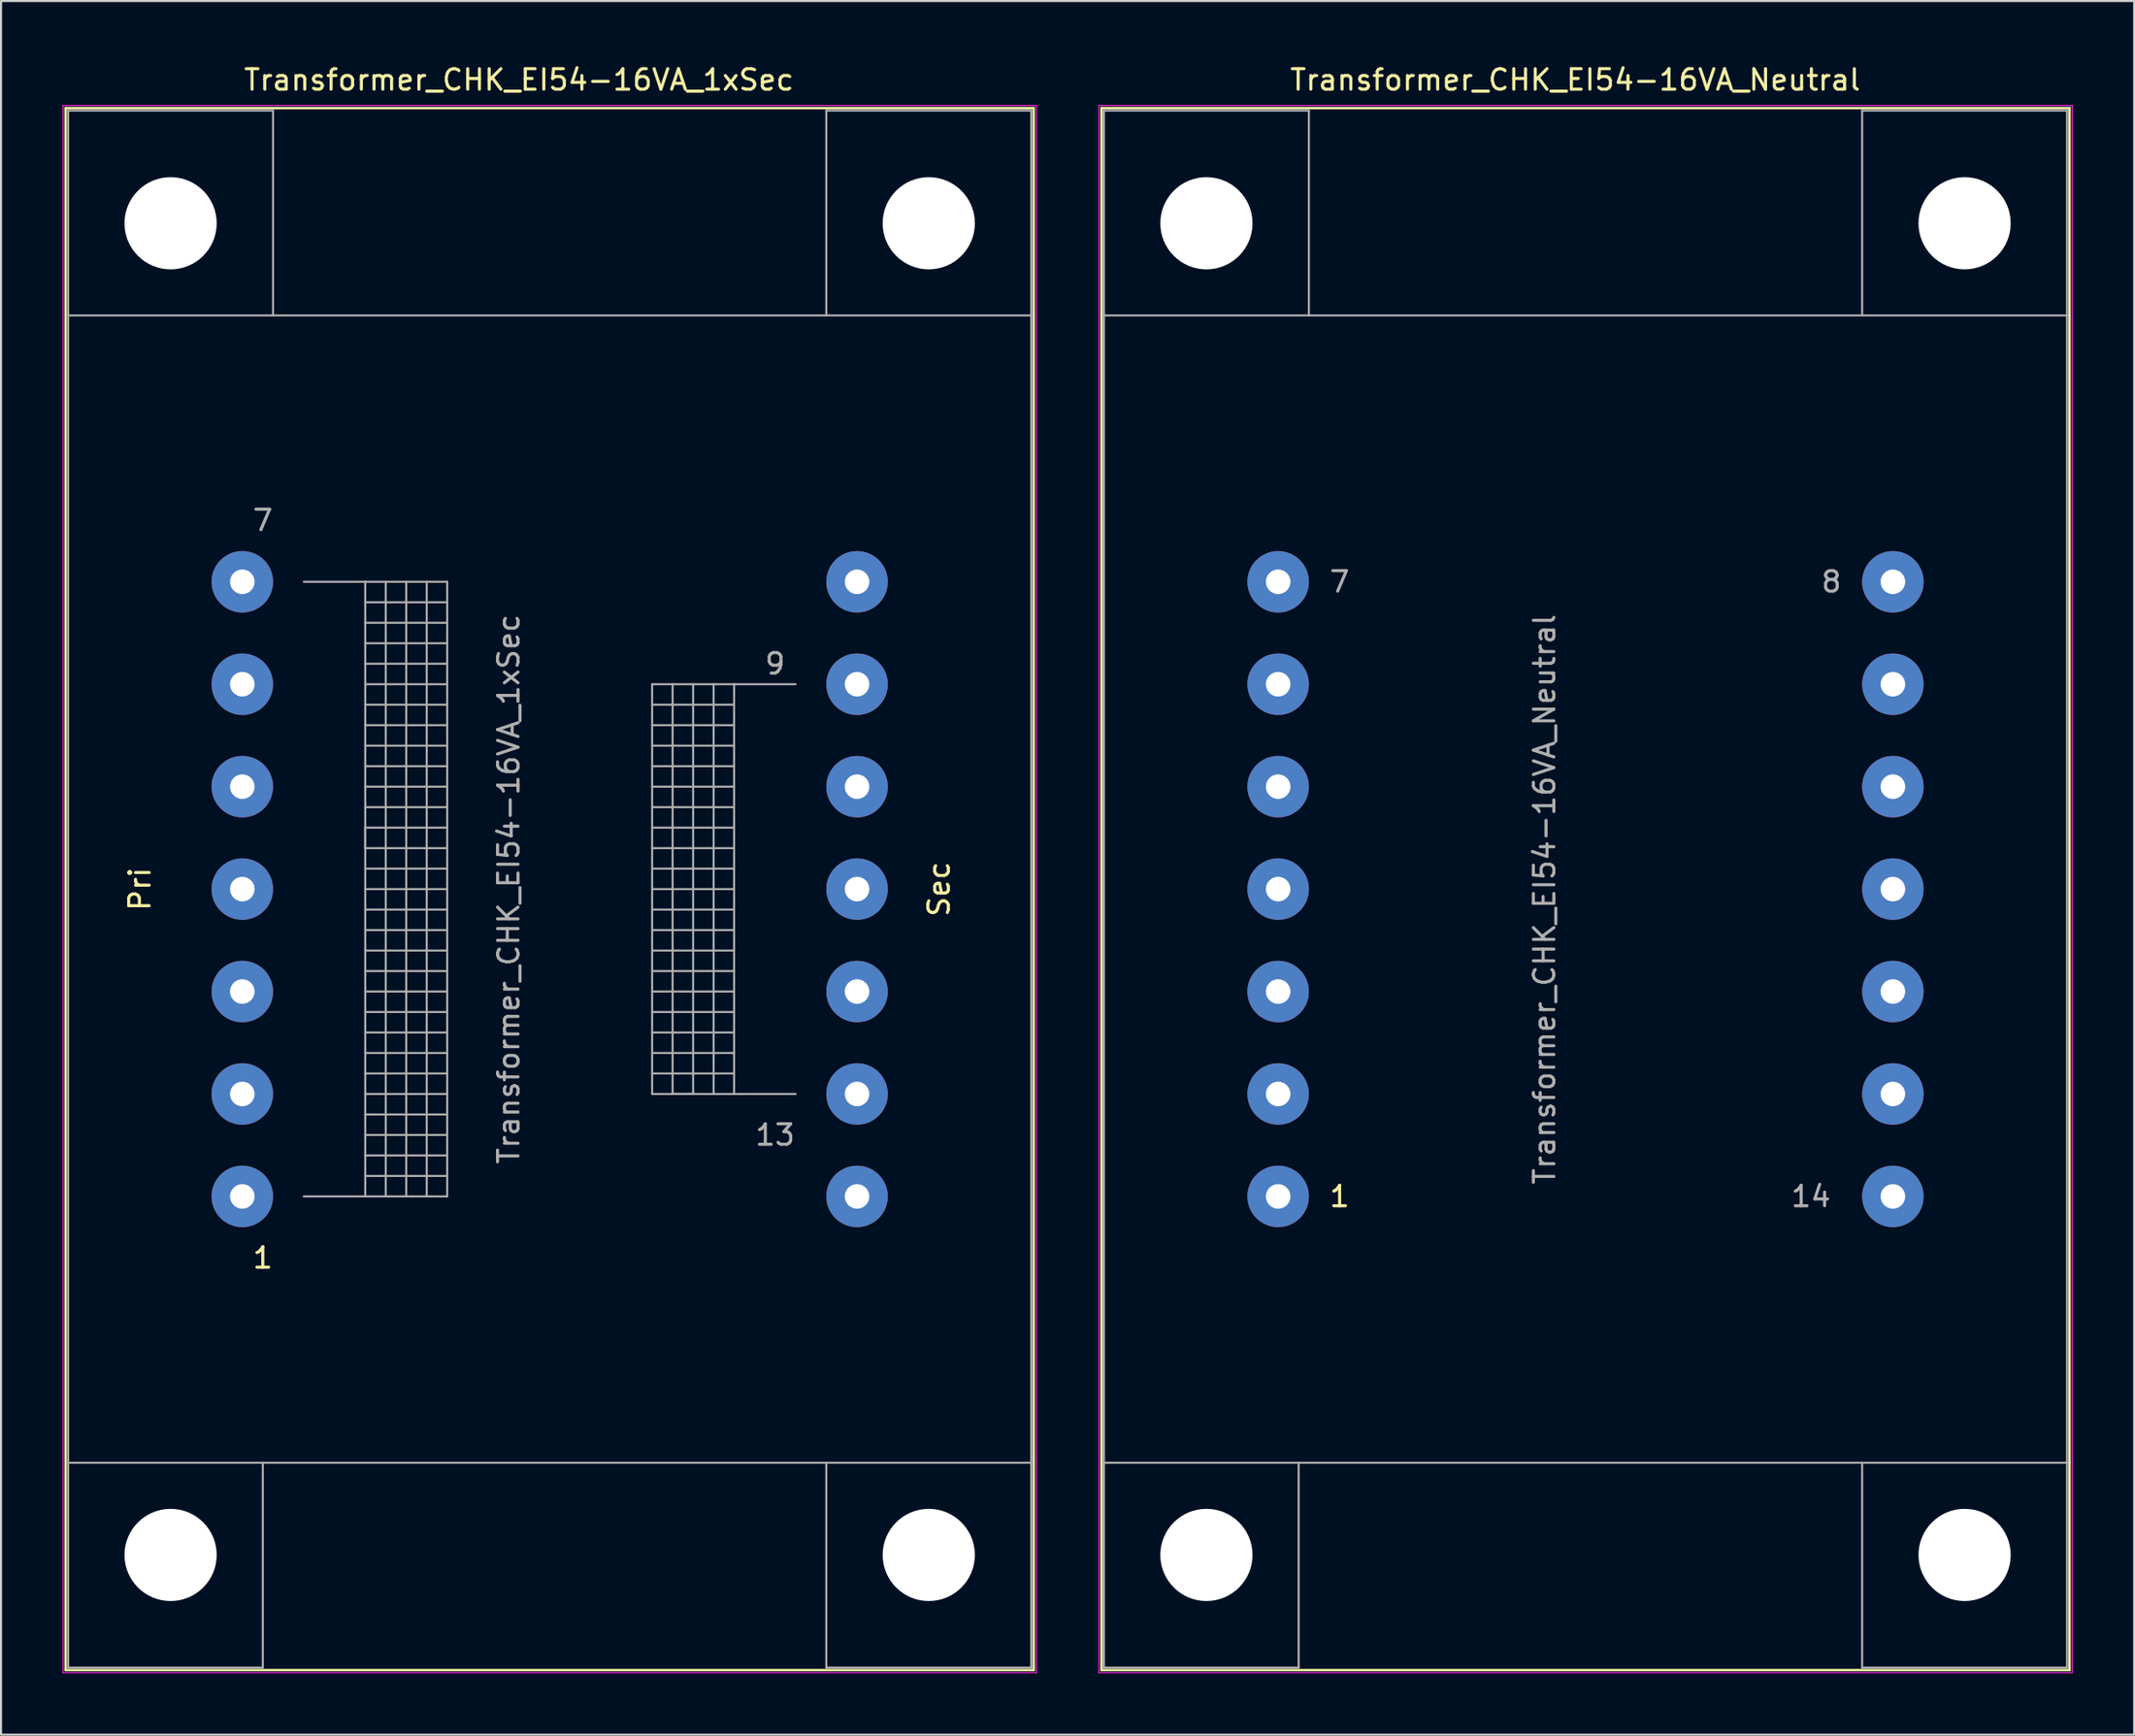
<source format=kicad_pcb>
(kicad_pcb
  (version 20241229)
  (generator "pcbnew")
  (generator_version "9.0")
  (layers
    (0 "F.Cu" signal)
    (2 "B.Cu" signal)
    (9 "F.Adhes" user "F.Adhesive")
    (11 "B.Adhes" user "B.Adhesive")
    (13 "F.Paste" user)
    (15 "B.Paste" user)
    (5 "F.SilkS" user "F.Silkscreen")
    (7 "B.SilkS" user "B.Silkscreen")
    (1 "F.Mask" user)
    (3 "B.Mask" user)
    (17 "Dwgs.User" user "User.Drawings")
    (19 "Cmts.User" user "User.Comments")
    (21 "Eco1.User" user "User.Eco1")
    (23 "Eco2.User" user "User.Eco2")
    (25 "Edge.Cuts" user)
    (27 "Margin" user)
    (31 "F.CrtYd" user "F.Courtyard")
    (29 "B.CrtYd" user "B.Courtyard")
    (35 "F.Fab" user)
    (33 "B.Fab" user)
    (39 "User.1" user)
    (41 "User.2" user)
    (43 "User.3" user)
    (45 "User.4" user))
  (footprint "Transformer_CHK_EI54-16VA_Neutral"
    (layer "F.Cu")
    (at 59.325 55.348)
    (property "Reference" "Transformer_CHK_EI54-16VA_Neutral" (at 14.5 -54.5 0) (layer "F.SilkS") (effects (font (size 1 1) (thickness 0.15))))
    (attr through_hole)
    (fp_line (start -8.62 -53.12) (end -8.62 23.12) (stroke (width 0.12) (type solid)) (layer "F.SilkS"))
    (fp_line (start -8.62 -53.12) (end 38.62 -53.12) (stroke (width 0.12) (type solid)) (layer "F.SilkS"))
    (fp_line (start 38.62 23.12) (end -8.62 23.12) (stroke (width 0.12) (type solid)) (layer "F.SilkS"))
    (fp_line (start 38.62 23.12) (end 38.62 -53.12) (stroke (width 0.12) (type solid)) (layer "F.SilkS"))
    (fp_line (start -8.75 -53.25) (end -8.75 23.25) (stroke (width 0.05) (type solid)) (layer "F.CrtYd"))
    (fp_line (start -8.75 -53.25) (end 38.75 -53.25) (stroke (width 0.05) (type solid)) (layer "F.CrtYd"))
    (fp_line (start 38.75 23.25) (end -8.75 23.25) (stroke (width 0.05) (type solid)) (layer "F.CrtYd"))
    (fp_line (start 38.75 23.25) (end 38.75 -53.25) (stroke (width 0.05) (type solid)) (layer "F.CrtYd"))
    (fp_line (start -8.5 -53) (end 1.5 -53) (stroke (width 0.1) (type solid)) (layer "F.Fab"))
    (fp_line (start -8.5 -43) (end -8.5 -53) (stroke (width 0.1) (type solid)) (layer "F.Fab"))
    (fp_line (start -8.5 -43) (end -8.5 13) (stroke (width 0.1) (type solid)) (layer "F.Fab"))
    (fp_line (start -8.5 13) (end -8.5 23) (stroke (width 0.1) (type solid)) (layer "F.Fab"))
    (fp_line (start -8.5 13) (end 38.5 13) (stroke (width 0.1) (type solid)) (layer "F.Fab"))
    (fp_line (start -8.5 23) (end 1 23) (stroke (width 0.1) (type solid)) (layer "F.Fab"))
    (fp_line (start 1 23) (end 1 13) (stroke (width 0.1) (type solid)) (layer "F.Fab"))
    (fp_line (start 1.5 -53) (end 1.5 -43) (stroke (width 0.1) (type solid)) (layer "F.Fab"))
    (fp_line (start 28.5 -53) (end 28.5 -43) (stroke (width 0.1) (type solid)) (layer "F.Fab"))
    (fp_line (start 28.5 23) (end 28.5 13) (stroke (width 0.1) (type solid)) (layer "F.Fab"))
    (fp_line (start 38.5 -53) (end 28.5 -53) (stroke (width 0.1) (type solid)) (layer "F.Fab"))
    (fp_line (start 38.5 -43) (end -8.5 -43) (stroke (width 0.1) (type solid)) (layer "F.Fab"))
    (fp_line (start 38.5 -43) (end 38.5 -53) (stroke (width 0.1) (type solid)) (layer "F.Fab"))
    (fp_line (start 38.5 13) (end 38.5 -43) (stroke (width 0.1) (type solid)) (layer "F.Fab"))
    (fp_line (start 38.5 13) (end 38.5 23) (stroke (width 0.1) (type solid)) (layer "F.Fab"))
    (fp_line (start 38.5 23) (end 28.5 23) (stroke (width 0.1) (type solid)) (layer "F.Fab"))
    (fp_text user "1" (at 3 0 0) (layer "F.SilkS") (effects (font (size 1 1) (thickness 0.15))))
    (fp_text user "7" (at 3 -30 0) (layer "F.Fab") (effects (font (size 1 1) (thickness 0.15))))
    (fp_text user "8" (at 27 -30 0) (layer "F.Fab") (effects (font (size 1 1) (thickness 0.15))))
    (fp_text user "${REFERENCE}" (at 13 -14.5 90) (layer "F.Fab") (effects (font (size 1 1) (thickness 0.15))))
    (fp_text user "14" (at 26 0 0) (layer "F.Fab") (effects (font (size 1 1) (thickness 0.15))))
    (pad "" np_thru_hole circle (at -3.5 -47.5) (size 4.5 4.5) (drill 4.5) (layers "*.Cu" "*.Mask"))
    (pad "" np_thru_hole circle (at -3.5 17.5) (size 4.5 4.5) (drill 4.5) (layers "*.Cu" "*.Mask"))
    (pad "" np_thru_hole circle (at 33.5 -47.5) (size 4.5 4.5) (drill 4.5) (layers "*.Cu" "*.Mask"))
    (pad "" np_thru_hole circle (at 33.5 17.5) (size 4.5 4.5) (drill 4.5) (layers "*.Cu" "*.Mask"))
    (pad "1" thru_hole circle (at 0 0) (size 3 3) (drill 1.2) (layers "*.Cu" "*.Mask"))
    (pad "2" thru_hole circle (at 0 -5) (size 3 3) (drill 1.2) (layers "*.Cu" "*.Mask"))
    (pad "3" thru_hole circle (at 0 -10) (size 3 3) (drill 1.2) (layers "*.Cu" "*.Mask"))
    (pad "4" thru_hole circle (at 0 -15) (size 3 3) (drill 1.2) (layers "*.Cu" "*.Mask"))
    (pad "5" thru_hole circle (at 0 -20) (size 3 3) (drill 1.2) (layers "*.Cu" "*.Mask"))
    (pad "6" thru_hole circle (at 0 -25) (size 3 3) (drill 1.2) (layers "*.Cu" "*.Mask"))
    (pad "7" thru_hole circle (at 0 -30) (size 3 3) (drill 1.2) (layers "*.Cu" "*.Mask"))
    (pad "8" thru_hole circle (at 30 -30) (size 3 3) (drill 1.2) (layers "*.Cu" "*.Mask"))
    (pad "9" thru_hole circle (at 30 -25) (size 3 3) (drill 1.2) (layers "*.Cu" "*.Mask"))
    (pad "10" thru_hole circle (at 30 -20) (size 3 3) (drill 1.2) (layers "*.Cu" "*.Mask"))
    (pad "11" thru_hole circle (at 30 -15) (size 3 3) (drill 1.2) (layers "*.Cu" "*.Mask"))
    (pad "12" thru_hole circle (at 30 -10) (size 3 3) (drill 1.2) (layers "*.Cu" "*.Mask"))
    (pad "13" thru_hole circle (at 30 -5) (size 3 3) (drill 1.2) (layers "*.Cu" "*.Mask"))
    (pad "14" thru_hole circle (at 30 0) (size 3 3) (drill 1.2) (layers "*.Cu" "*.Mask")))
  (footprint "Transformer_CHK_EI54-16VA_1xSec"
    (layer "F.Cu")
    (at 8.775 55.348)
    (property "Reference" "Transformer_CHK_EI54-16VA_1xSec" (at 13.5 -54.5 0) (layer "F.SilkS") (effects (font (size 1 1) (thickness 0.15))))
    (attr through_hole)
    (fp_line (start -8.62 -53.12) (end -8.62 23.12) (stroke (width 0.12) (type solid)) (layer "F.SilkS"))
    (fp_line (start -8.62 -53.12) (end 38.62 -53.12) (stroke (width 0.12) (type solid)) (layer "F.SilkS"))
    (fp_line (start 38.62 23.12) (end -8.62 23.12) (stroke (width 0.12) (type solid)) (layer "F.SilkS"))
    (fp_line (start 38.62 23.12) (end 38.62 -53.12) (stroke (width 0.12) (type solid)) (layer "F.SilkS"))
    (fp_line (start -8.75 -53.25) (end -8.75 23.25) (stroke (width 0.05) (type solid)) (layer "F.CrtYd"))
    (fp_line (start -8.75 -53.25) (end 38.75 -53.25) (stroke (width 0.05) (type solid)) (layer "F.CrtYd"))
    (fp_line (start 38.75 23.25) (end -8.75 23.25) (stroke (width 0.05) (type solid)) (layer "F.CrtYd"))
    (fp_line (start 38.75 23.25) (end 38.75 -53.25) (stroke (width 0.05) (type solid)) (layer "F.CrtYd"))
    (fp_line (start -8.5 -53) (end 1.5 -53) (stroke (width 0.1) (type solid)) (layer "F.Fab"))
    (fp_line (start -8.5 -43) (end -8.5 -53) (stroke (width 0.1) (type solid)) (layer "F.Fab"))
    (fp_line (start -8.5 -43) (end -8.5 13) (stroke (width 0.1) (type solid)) (layer "F.Fab"))
    (fp_line (start -8.5 13) (end -8.5 23) (stroke (width 0.1) (type solid)) (layer "F.Fab"))
    (fp_line (start -8.5 13) (end 38.5 13) (stroke (width 0.1) (type solid)) (layer "F.Fab"))
    (fp_line (start -8.5 23) (end 1 23) (stroke (width 0.1) (type solid)) (layer "F.Fab"))
    (fp_line (start 1 23) (end 1 13) (stroke (width 0.1) (type solid)) (layer "F.Fab"))
    (fp_line (start 1.5 -53) (end 1.5 -43) (stroke (width 0.1) (type solid)) (layer "F.Fab"))
    (fp_line (start 3 -30) (end 6 -30) (stroke (width 0.1) (type solid)) (layer "F.Fab"))
    (fp_line (start 6 -30) (end 6 0) (stroke (width 0.1) (type solid)) (layer "F.Fab"))
    (fp_line (start 6 -30) (end 10 -30) (stroke (width 0.1) (type solid)) (layer "F.Fab"))
    (fp_line (start 6 -29) (end 10 -29) (stroke (width 0.1) (type solid)) (layer "F.Fab"))
    (fp_line (start 6 -27) (end 10 -27) (stroke (width 0.1) (type solid)) (layer "F.Fab"))
    (fp_line (start 6 -25) (end 10 -25) (stroke (width 0.1) (type solid)) (layer "F.Fab"))
    (fp_line (start 6 -23) (end 10 -23) (stroke (width 0.1) (type solid)) (layer "F.Fab"))
    (fp_line (start 6 -21) (end 10 -21) (stroke (width 0.1) (type solid)) (layer "F.Fab"))
    (fp_line (start 6 -19) (end 10 -19) (stroke (width 0.1) (type solid)) (layer "F.Fab"))
    (fp_line (start 6 -18) (end 6 -17) (stroke (width 0.1) (type solid)) (layer "F.Fab"))
    (fp_line (start 6 -17) (end 10 -17) (stroke (width 0.1) (type solid)) (layer "F.Fab"))
    (fp_line (start 6 -15) (end 10 -15) (stroke (width 0.1) (type solid)) (layer "F.Fab"))
    (fp_line (start 6 -13) (end 10 -13) (stroke (width 0.1) (type solid)) (layer "F.Fab"))
    (fp_line (start 6 -11) (end 10 -11) (stroke (width 0.1) (type solid)) (layer "F.Fab"))
    (fp_line (start 6 -9) (end 10 -9) (stroke (width 0.1) (type solid)) (layer "F.Fab"))
    (fp_line (start 6 -7) (end 10 -7) (stroke (width 0.1) (type solid)) (layer "F.Fab"))
    (fp_line (start 6 -5) (end 10 -5) (stroke (width 0.1) (type solid)) (layer "F.Fab"))
    (fp_line (start 6 -3) (end 10 -3) (stroke (width 0.1) (type solid)) (layer "F.Fab"))
    (fp_line (start 6 -1) (end 10 -1) (stroke (width 0.1) (type solid)) (layer "F.Fab"))
    (fp_line (start 6 0) (end 3 0) (stroke (width 0.1) (type solid)) (layer "F.Fab"))
    (fp_line (start 7 0) (end 7 -30) (stroke (width 0.1) (type solid)) (layer "F.Fab"))
    (fp_line (start 8 -30) (end 8 0) (stroke (width 0.1) (type solid)) (layer "F.Fab"))
    (fp_line (start 9 0) (end 9 -30) (stroke (width 0.1) (type solid)) (layer "F.Fab"))
    (fp_line (start 10 -30) (end 10 0) (stroke (width 0.1) (type solid)) (layer "F.Fab"))
    (fp_line (start 10 -28) (end 6 -28) (stroke (width 0.1) (type solid)) (layer "F.Fab"))
    (fp_line (start 10 -26) (end 6 -26) (stroke (width 0.1) (type solid)) (layer "F.Fab"))
    (fp_line (start 10 -24) (end 6 -24) (stroke (width 0.1) (type solid)) (layer "F.Fab"))
    (fp_line (start 10 -22) (end 6 -22) (stroke (width 0.1) (type solid)) (layer "F.Fab"))
    (fp_line (start 10 -20) (end 6 -20) (stroke (width 0.1) (type solid)) (layer "F.Fab"))
    (fp_line (start 10 -18) (end 6 -18) (stroke (width 0.1) (type solid)) (layer "F.Fab"))
    (fp_line (start 10 -16) (end 6 -16) (stroke (width 0.1) (type solid)) (layer "F.Fab"))
    (fp_line (start 10 -14) (end 6 -14) (stroke (width 0.1) (type solid)) (layer "F.Fab"))
    (fp_line (start 10 -12) (end 6 -12) (stroke (width 0.1) (type solid)) (layer "F.Fab"))
    (fp_line (start 10 -10) (end 6 -10) (stroke (width 0.1) (type solid)) (layer "F.Fab"))
    (fp_line (start 10 -8) (end 6 -8) (stroke (width 0.1) (type solid)) (layer "F.Fab"))
    (fp_line (start 10 -6) (end 6 -6) (stroke (width 0.1) (type solid)) (layer "F.Fab"))
    (fp_line (start 10 -4) (end 6 -4) (stroke (width 0.1) (type solid)) (layer "F.Fab"))
    (fp_line (start 10 -2) (end 6 -2) (stroke (width 0.1) (type solid)) (layer "F.Fab"))
    (fp_line (start 10 0) (end 6 0) (stroke (width 0.1) (type solid)) (layer "F.Fab"))
    (fp_line (start 20 -25) (end 20 -5) (stroke (width 0.1) (type solid)) (layer "F.Fab"))
    (fp_line (start 20 -24) (end 24 -24) (stroke (width 0.1) (type solid)) (layer "F.Fab"))
    (fp_line (start 20 -22) (end 24 -22) (stroke (width 0.1) (type solid)) (layer "F.Fab"))
    (fp_line (start 20 -20) (end 24 -20) (stroke (width 0.1) (type solid)) (layer "F.Fab"))
    (fp_line (start 20 -18) (end 24 -18) (stroke (width 0.1) (type solid)) (layer "F.Fab"))
    (fp_line (start 20 -16) (end 24 -16) (stroke (width 0.1) (type solid)) (layer "F.Fab"))
    (fp_line (start 20 -14) (end 24 -14) (stroke (width 0.1) (type solid)) (layer "F.Fab"))
    (fp_line (start 20 -12) (end 24 -12) (stroke (width 0.1) (type solid)) (layer "F.Fab"))
    (fp_line (start 20 -10) (end 24 -10) (stroke (width 0.1) (type solid)) (layer "F.Fab"))
    (fp_line (start 20 -8) (end 24 -8) (stroke (width 0.1) (type solid)) (layer "F.Fab"))
    (fp_line (start 20 -6) (end 24 -6) (stroke (width 0.1) (type solid)) (layer "F.Fab"))
    (fp_line (start 20 -5) (end 24 -5) (stroke (width 0.1) (type solid)) (layer "F.Fab"))
    (fp_line (start 21 -5) (end 21 -25) (stroke (width 0.1) (type solid)) (layer "F.Fab"))
    (fp_line (start 22 -25) (end 22 -5) (stroke (width 0.1) (type solid)) (layer "F.Fab"))
    (fp_line (start 22 -5) (end 21 -5) (stroke (width 0.1) (type solid)) (layer "F.Fab"))
    (fp_line (start 23 -5) (end 23 -25) (stroke (width 0.1) (type solid)) (layer "F.Fab"))
    (fp_line (start 24 -25) (end 20 -25) (stroke (width 0.1) (type solid)) (layer "F.Fab"))
    (fp_line (start 24 -25) (end 24 -5) (stroke (width 0.1) (type solid)) (layer "F.Fab"))
    (fp_line (start 24 -23) (end 20 -23) (stroke (width 0.1) (type solid)) (layer "F.Fab"))
    (fp_line (start 24 -21) (end 20 -21) (stroke (width 0.1) (type solid)) (layer "F.Fab"))
    (fp_line (start 24 -19) (end 20 -19) (stroke (width 0.1) (type solid)) (layer "F.Fab"))
    (fp_line (start 24 -17) (end 20 -17) (stroke (width 0.1) (type solid)) (layer "F.Fab"))
    (fp_line (start 24 -15) (end 20 -15) (stroke (width 0.1) (type solid)) (layer "F.Fab"))
    (fp_line (start 24 -13) (end 20 -13) (stroke (width 0.1) (type solid)) (layer "F.Fab"))
    (fp_line (start 24 -11) (end 20 -11) (stroke (width 0.1) (type solid)) (layer "F.Fab"))
    (fp_line (start 24 -9) (end 20 -9) (stroke (width 0.1) (type solid)) (layer "F.Fab"))
    (fp_line (start 24 -7) (end 20 -7) (stroke (width 0.1) (type solid)) (layer "F.Fab"))
    (fp_line (start 24 -5) (end 27 -5) (stroke (width 0.1) (type solid)) (layer "F.Fab"))
    (fp_line (start 27 -25) (end 24 -25) (stroke (width 0.1) (type solid)) (layer "F.Fab"))
    (fp_line (start 28.5 -53) (end 28.5 -43) (stroke (width 0.1) (type solid)) (layer "F.Fab"))
    (fp_line (start 28.5 23) (end 28.5 13) (stroke (width 0.1) (type solid)) (layer "F.Fab"))
    (fp_line (start 38.5 -53) (end 28.5 -53) (stroke (width 0.1) (type solid)) (layer "F.Fab"))
    (fp_line (start 38.5 -43) (end -8.5 -43) (stroke (width 0.1) (type solid)) (layer "F.Fab"))
    (fp_line (start 38.5 -43) (end 38.5 -53) (stroke (width 0.1) (type solid)) (layer "F.Fab"))
    (fp_line (start 38.5 13) (end 38.5 -43) (stroke (width 0.1) (type solid)) (layer "F.Fab"))
    (fp_line (start 38.5 13) (end 38.5 23) (stroke (width 0.1) (type solid)) (layer "F.Fab"))
    (fp_line (start 38.5 23) (end 28.5 23) (stroke (width 0.1) (type solid)) (layer "F.Fab"))
    (fp_text user "1" (at 1 3 0) (layer "F.SilkS") (effects (font (size 1 1) (thickness 0.15))))
    (fp_text user "Pri" (at -5 -15 90) (layer "F.SilkS") (effects (font (size 1 1) (thickness 0.15))))
    (fp_text user "Sec" (at 34 -15 90) (layer "F.SilkS") (effects (font (size 1 1) (thickness 0.15))))
    (fp_text user "13" (at 26 -3 0) (layer "F.Fab") (effects (font (size 1 1) (thickness 0.15))))
    (fp_text user "${REFERENCE}" (at 13 -15 90) (layer "F.Fab") (effects (font (size 1 1) (thickness 0.15))))
    (fp_text user "7" (at 1 -33 0) (layer "F.Fab") (effects (font (size 1 1) (thickness 0.15))))
    (fp_text user "9" (at 26 -26 0) (layer "F.Fab") (effects (font (size 1 1) (thickness 0.15))))
    (pad "" np_thru_hole circle (at -3.5 -47.5) (size 4.5 4.5) (drill 4.5) (layers "*.Cu" "*.Mask"))
    (pad "" np_thru_hole circle (at -3.5 17.5) (size 4.5 4.5) (drill 4.5) (layers "*.Cu" "*.Mask"))
    (pad "" np_thru_hole circle (at 33.5 -47.5) (size 4.5 4.5) (drill 4.5) (layers "*.Cu" "*.Mask"))
    (pad "" np_thru_hole circle (at 33.5 17.5) (size 4.5 4.5) (drill 4.5) (layers "*.Cu" "*.Mask"))
    (pad "1" thru_hole circle (at 0 0) (size 3 3) (drill 1.2) (layers "*.Cu" "*.Mask"))
    (pad "2" thru_hole circle (at 0 -5) (size 3 3) (drill 1.2) (layers "*.Cu" "*.Mask"))
    (pad "3" thru_hole circle (at 0 -10) (size 3 3) (drill 1.2) (layers "*.Cu" "*.Mask"))
    (pad "4" thru_hole circle (at 0 -15) (size 3 3) (drill 1.2) (layers "*.Cu" "*.Mask"))
    (pad "5" thru_hole circle (at 0 -20) (size 3 3) (drill 1.2) (layers "*.Cu" "*.Mask"))
    (pad "6" thru_hole circle (at 0 -25) (size 3 3) (drill 1.2) (layers "*.Cu" "*.Mask"))
    (pad "7" thru_hole circle (at 0 -30) (size 3 3) (drill 1.2) (layers "*.Cu" "*.Mask"))
    (pad "8" thru_hole circle (at 30 -30) (size 3 3) (drill 1.2) (layers "*.Cu" "*.Mask"))
    (pad "9" thru_hole circle (at 30 -25) (size 3 3) (drill 1.2) (layers "*.Cu" "*.Mask"))
    (pad "10" thru_hole circle (at 30 -20) (size 3 3) (drill 1.2) (layers "*.Cu" "*.Mask"))
    (pad "11" thru_hole circle (at 30 -15) (size 3 3) (drill 1.2) (layers "*.Cu" "*.Mask"))
    (pad "12" thru_hole circle (at 30 -10) (size 3 3) (drill 1.2) (layers "*.Cu" "*.Mask"))
    (pad "13" thru_hole circle (at 30 -5) (size 3 3) (drill 1.2) (layers "*.Cu" "*.Mask"))
    (pad "14" thru_hole circle (at 30 0) (size 3 3) (drill 1.2) (layers "*.Cu" "*.Mask")))
  (gr_rect
    (start -3 -3)
    (end 101.1 81.623)
    (stroke (width 0.1) (type default))
    (fill no)
    (layer "Edge.Cuts")))
</source>
